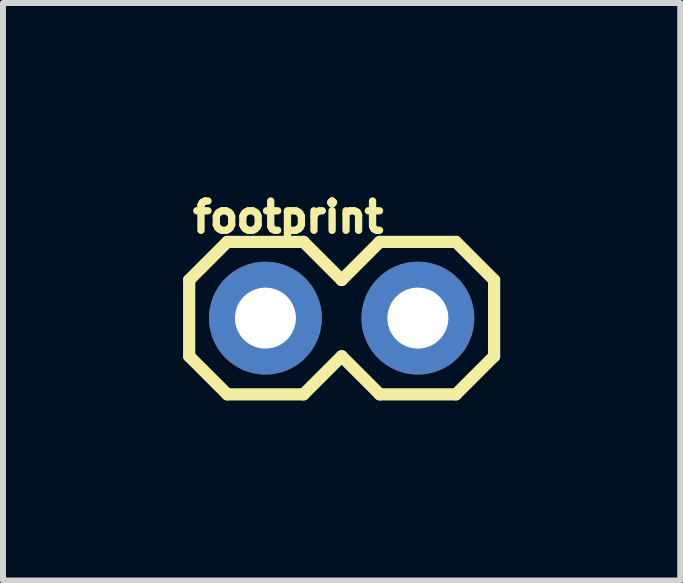
<source format=kicad_pcb>
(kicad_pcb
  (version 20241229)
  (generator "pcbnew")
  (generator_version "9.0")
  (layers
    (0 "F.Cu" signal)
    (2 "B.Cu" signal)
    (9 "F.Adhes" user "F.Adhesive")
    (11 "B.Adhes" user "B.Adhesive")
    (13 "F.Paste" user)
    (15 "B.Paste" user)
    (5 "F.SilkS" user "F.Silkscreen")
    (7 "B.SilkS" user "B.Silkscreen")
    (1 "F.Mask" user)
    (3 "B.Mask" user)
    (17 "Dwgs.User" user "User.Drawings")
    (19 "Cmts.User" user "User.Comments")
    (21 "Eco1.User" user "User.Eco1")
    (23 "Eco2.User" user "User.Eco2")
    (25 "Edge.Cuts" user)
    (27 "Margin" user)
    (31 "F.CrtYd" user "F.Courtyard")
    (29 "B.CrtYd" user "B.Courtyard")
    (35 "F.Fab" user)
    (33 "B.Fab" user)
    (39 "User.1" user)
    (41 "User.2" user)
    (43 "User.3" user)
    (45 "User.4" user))
  (footprint "footprint"
    (layer "F.Cu")
    (at 1.372 2.25)
    (property "Reference" "footprint" (at -1.27 -1.397 0) (layer "F.SilkS") (effects (font (size 0.488 0.488) (thickness 0.122)) (justify left bottom)))
    (fp_line (start -1.27 -0.635) (end -1.27 0.635) (stroke (width 0.203) (type solid)) (layer "F.SilkS"))
    (fp_line (start -1.27 0.635) (end -0.635 1.27) (stroke (width 0.203) (type solid)) (layer "F.SilkS"))
    (fp_line (start -0.635 -1.27) (end -1.27 -0.635) (stroke (width 0.203) (type solid)) (layer "F.SilkS"))
    (fp_line (start -0.635 -1.27) (end 0.635 -1.27) (stroke (width 0.203) (type solid)) (layer "F.SilkS"))
    (fp_line (start 0.635 -1.27) (end 1.27 -0.635) (stroke (width 0.203) (type solid)) (layer "F.SilkS"))
    (fp_line (start 0.635 1.27) (end -0.635 1.27) (stroke (width 0.203) (type solid)) (layer "F.SilkS"))
    (fp_line (start 1.27 -0.635) (end 1.905 -1.27) (stroke (width 0.203) (type solid)) (layer "F.SilkS"))
    (fp_line (start 1.27 0.635) (end 0.635 1.27) (stroke (width 0.203) (type solid)) (layer "F.SilkS"))
    (fp_line (start 1.905 -1.27) (end 3.175 -1.27) (stroke (width 0.203) (type solid)) (layer "F.SilkS"))
    (fp_line (start 1.905 1.27) (end 1.27 0.635) (stroke (width 0.203) (type solid)) (layer "F.SilkS"))
    (fp_line (start 3.175 -1.27) (end 3.81 -0.635) (stroke (width 0.203) (type solid)) (layer "F.SilkS"))
    (fp_line (start 3.175 1.27) (end 1.905 1.27) (stroke (width 0.203) (type solid)) (layer "F.SilkS"))
    (fp_line (start 3.81 -0.635) (end 3.81 0.635) (stroke (width 0.203) (type solid)) (layer "F.SilkS"))
    (fp_line (start 3.81 0.635) (end 3.175 1.27) (stroke (width 0.203) (type solid)) (layer "F.SilkS"))
    (fp_poly (pts (xy -0.254 0.254) (xy 0.254 0.254) (xy 0.254 -0.254) (xy -0.254 -0.254)) (stroke (width 0.1) (type solid)) (fill no) (layer "F.Fab"))
    (fp_poly (pts (xy 2.286 0.254) (xy 2.794 0.254) (xy 2.794 -0.254) (xy 2.286 -0.254)) (stroke (width 0.1) (type solid)) (fill no) (layer "F.Fab"))
    (pad "1" thru_hole circle (at 0 0 90) (size 1.88 1.88) (drill 1.016) (layers "*.Cu" "*.Mask"))
    (pad "2" thru_hole circle (at 2.54 0 90) (size 1.88 1.88) (drill 1.016) (layers "*.Cu" "*.Mask")))
  (gr_rect
    (start -3 -3)
    (end 8.283 6.622)
    (stroke (width 0.1) (type default))
    (fill no)
    (layer "Edge.Cuts")))
</source>
